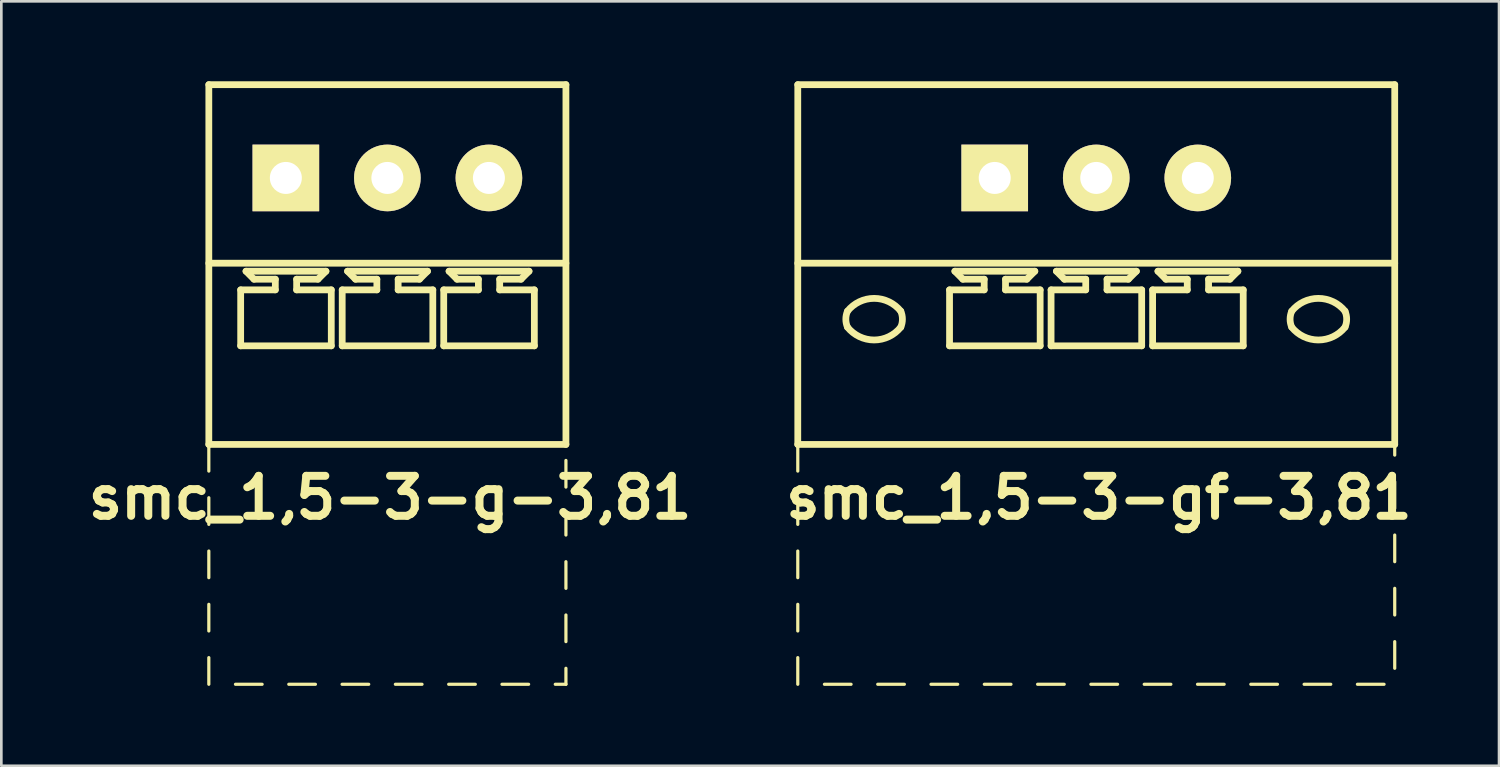
<source format=kicad_pcb>
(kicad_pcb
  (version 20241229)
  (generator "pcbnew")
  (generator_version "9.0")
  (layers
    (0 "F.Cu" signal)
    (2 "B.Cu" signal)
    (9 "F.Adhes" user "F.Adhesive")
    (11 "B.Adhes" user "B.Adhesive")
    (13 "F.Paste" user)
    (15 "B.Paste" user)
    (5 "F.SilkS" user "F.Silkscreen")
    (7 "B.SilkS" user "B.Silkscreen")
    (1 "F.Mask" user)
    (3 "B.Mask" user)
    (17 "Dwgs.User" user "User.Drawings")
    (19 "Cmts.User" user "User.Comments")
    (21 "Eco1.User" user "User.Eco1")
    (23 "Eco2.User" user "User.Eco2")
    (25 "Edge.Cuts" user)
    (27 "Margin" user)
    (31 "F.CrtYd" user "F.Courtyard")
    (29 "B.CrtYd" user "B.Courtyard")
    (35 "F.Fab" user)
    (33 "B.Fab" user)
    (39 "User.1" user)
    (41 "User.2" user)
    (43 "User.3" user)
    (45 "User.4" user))
  (footprint "smc_1,5-3-gf-3,81"
    (layer "F.Cu")
    (at 38.086 3.627)
    (property "Reference" "smc_1,5-3-gf-3,81" (at 0.1 12 0) (layer "F.SilkS") (effects (font (size 1.5 1.5) (thickness 0.3))))
    (attr through_hole)
    (fp_line (start -11.2 -3.5) (end -11.2 10) (stroke (width 0.254) (type solid)) (layer "F.SilkS"))
    (fp_line (start -11.2 -3.5) (end 11.2 -3.5) (stroke (width 0.254) (type solid)) (layer "F.SilkS"))
    (fp_line (start -11.2 3.2) (end 11.2 3.2) (stroke (width 0.254) (type solid)) (layer "F.SilkS"))
    (fp_line (start -11.2 10) (end -11.2 11) (stroke (width 0.12) (type solid)) (layer "F.SilkS"))
    (fp_line (start -11.2 10) (end 11.2 10) (stroke (width 0.254) (type solid)) (layer "F.SilkS"))
    (fp_line (start -11.2 12) (end -11.2 13) (stroke (width 0.12) (type solid)) (layer "F.SilkS"))
    (fp_line (start -11.2 14) (end -11.2 15) (stroke (width 0.12) (type solid)) (layer "F.SilkS"))
    (fp_line (start -11.2 16) (end -11.2 17) (stroke (width 0.12) (type solid)) (layer "F.SilkS"))
    (fp_line (start -11.2 18) (end -11.2 19) (stroke (width 0.12) (type solid)) (layer "F.SilkS"))
    (fp_line (start -10.2 19) (end -9.2 19) (stroke (width 0.12) (type solid)) (layer "F.SilkS"))
    (fp_line (start -8.2 19) (end -7.2 19) (stroke (width 0.12) (type solid)) (layer "F.SilkS"))
    (fp_line (start -6.2 19) (end -5.2 19) (stroke (width 0.12) (type solid)) (layer "F.SilkS"))
    (fp_line (start -5.505 4.2) (end -4.205 4.2) (stroke (width 0.254) (type solid)) (layer "F.SilkS"))
    (fp_line (start -5.505 6.3) (end -5.505 4.2) (stroke (width 0.254) (type solid)) (layer "F.SilkS"))
    (fp_line (start -5.305 3.5) (end -2.305 3.5) (stroke (width 0.254) (type solid)) (layer "F.SilkS"))
    (fp_line (start -5.005 3.8) (end -5.305 3.5) (stroke (width 0.254) (type solid)) (layer "F.SilkS"))
    (fp_line (start -4.205 3.8) (end -5.005 3.8) (stroke (width 0.254) (type solid)) (layer "F.SilkS"))
    (fp_line (start -4.205 4.2) (end -4.205 3.8) (stroke (width 0.254) (type solid)) (layer "F.SilkS"))
    (fp_line (start -4.2 19) (end -3.2 19) (stroke (width 0.12) (type solid)) (layer "F.SilkS"))
    (fp_line (start -3.405 3.8) (end -3.405 4.2) (stroke (width 0.254) (type solid)) (layer "F.SilkS"))
    (fp_line (start -3.405 4.2) (end -2.105 4.2) (stroke (width 0.254) (type solid)) (layer "F.SilkS"))
    (fp_line (start -2.605 3.8) (end -3.405 3.8) (stroke (width 0.254) (type solid)) (layer "F.SilkS"))
    (fp_line (start -2.605 3.8) (end -2.305 3.5) (stroke (width 0.254) (type solid)) (layer "F.SilkS"))
    (fp_line (start -2.2 19) (end -1.2 19) (stroke (width 0.12) (type solid)) (layer "F.SilkS"))
    (fp_line (start -2.105 4.2) (end -2.105 6.3) (stroke (width 0.254) (type solid)) (layer "F.SilkS"))
    (fp_line (start -2.105 6.3) (end -5.505 6.3) (stroke (width 0.254) (type solid)) (layer "F.SilkS"))
    (fp_line (start -1.695 4.2) (end -0.395 4.2) (stroke (width 0.254) (type solid)) (layer "F.SilkS"))
    (fp_line (start -1.695 6.3) (end -1.695 4.2) (stroke (width 0.254) (type solid)) (layer "F.SilkS"))
    (fp_line (start -1.495 3.5) (end 1.505 3.5) (stroke (width 0.254) (type solid)) (layer "F.SilkS"))
    (fp_line (start -1.195 3.8) (end -1.495 3.5) (stroke (width 0.254) (type solid)) (layer "F.SilkS"))
    (fp_line (start -0.395 3.8) (end -1.195 3.8) (stroke (width 0.254) (type solid)) (layer "F.SilkS"))
    (fp_line (start -0.395 4.2) (end -0.395 3.8) (stroke (width 0.254) (type solid)) (layer "F.SilkS"))
    (fp_line (start -0.2 19) (end 0.8 19) (stroke (width 0.12) (type solid)) (layer "F.SilkS"))
    (fp_line (start 0.405 3.8) (end 0.405 4.2) (stroke (width 0.254) (type solid)) (layer "F.SilkS"))
    (fp_line (start 0.405 4.2) (end 1.705 4.2) (stroke (width 0.254) (type solid)) (layer "F.SilkS"))
    (fp_line (start 1.205 3.8) (end 0.405 3.8) (stroke (width 0.254) (type solid)) (layer "F.SilkS"))
    (fp_line (start 1.205 3.8) (end 1.505 3.5) (stroke (width 0.254) (type solid)) (layer "F.SilkS"))
    (fp_line (start 1.705 4.2) (end 1.705 6.3) (stroke (width 0.254) (type solid)) (layer "F.SilkS"))
    (fp_line (start 1.705 6.3) (end -1.695 6.3) (stroke (width 0.254) (type solid)) (layer "F.SilkS"))
    (fp_line (start 1.8 19) (end 2.8 19) (stroke (width 0.12) (type solid)) (layer "F.SilkS"))
    (fp_line (start 2.115 4.2) (end 3.415 4.2) (stroke (width 0.254) (type solid)) (layer "F.SilkS"))
    (fp_line (start 2.115 6.3) (end 2.115 4.2) (stroke (width 0.254) (type solid)) (layer "F.SilkS"))
    (fp_line (start 2.315 3.5) (end 5.315 3.5) (stroke (width 0.254) (type solid)) (layer "F.SilkS"))
    (fp_line (start 2.615 3.8) (end 2.315 3.5) (stroke (width 0.254) (type solid)) (layer "F.SilkS"))
    (fp_line (start 3.415 3.8) (end 2.615 3.8) (stroke (width 0.254) (type solid)) (layer "F.SilkS"))
    (fp_line (start 3.415 4.2) (end 3.415 3.8) (stroke (width 0.254) (type solid)) (layer "F.SilkS"))
    (fp_line (start 3.8 19) (end 4.8 19) (stroke (width 0.12) (type solid)) (layer "F.SilkS"))
    (fp_line (start 4.215 3.8) (end 4.215 4.2) (stroke (width 0.254) (type solid)) (layer "F.SilkS"))
    (fp_line (start 4.215 4.2) (end 5.515 4.2) (stroke (width 0.254) (type solid)) (layer "F.SilkS"))
    (fp_line (start 5.015 3.8) (end 4.215 3.8) (stroke (width 0.254) (type solid)) (layer "F.SilkS"))
    (fp_line (start 5.015 3.8) (end 5.315 3.5) (stroke (width 0.254) (type solid)) (layer "F.SilkS"))
    (fp_line (start 5.515 4.2) (end 5.515 6.3) (stroke (width 0.254) (type solid)) (layer "F.SilkS"))
    (fp_line (start 5.515 6.3) (end 2.115 6.3) (stroke (width 0.254) (type solid)) (layer "F.SilkS"))
    (fp_line (start 5.8 19) (end 6.8 19) (stroke (width 0.12) (type solid)) (layer "F.SilkS"))
    (fp_line (start 7.8 19) (end 8.8 19) (stroke (width 0.12) (type solid)) (layer "F.SilkS"))
    (fp_line (start 9.8 19) (end 10.8 19) (stroke (width 0.12) (type solid)) (layer "F.SilkS"))
    (fp_line (start 11.2 -3.5) (end 11.2 10) (stroke (width 0.254) (type solid)) (layer "F.SilkS"))
    (fp_line (start 11.2 10) (end 11.2 10.4) (stroke (width 0.12) (type solid)) (layer "F.SilkS"))
    (fp_line (start 11.2 12.4) (end 11.2 11.4) (stroke (width 0.12) (type solid)) (layer "F.SilkS"))
    (fp_line (start 11.2 14.4) (end 11.2 13.4) (stroke (width 0.12) (type solid)) (layer "F.SilkS"))
    (fp_line (start 11.2 16.4) (end 11.2 15.4) (stroke (width 0.12) (type solid)) (layer "F.SilkS"))
    (fp_line (start 11.2 17.4) (end 11.2 18.4) (stroke (width 0.12) (type solid)) (layer "F.SilkS"))
    (fp_arc (start -9.335274 5.000342) (mid -8.335219 4.519375) (end -7.335 5) (stroke (width 0.254) (type solid)) (layer "F.SilkS"))
    (fp_arc (start -9.334985 5.600034) (mid -9.396577 5.300019) (end -9.335 5) (stroke (width 0.254) (type solid)) (layer "F.SilkS"))
    (fp_arc (start -7.335015 4.999966) (mid -7.273423 5.299981) (end -7.335 5.6) (stroke (width 0.254) (type solid)) (layer "F.SilkS"))
    (fp_arc (start -7.334726 5.599658) (mid -8.334781 6.080625) (end -9.335 5.6) (stroke (width 0.254) (type solid)) (layer "F.SilkS"))
    (fp_arc (start 7.334726 5.000342) (mid 8.334781 4.519375) (end 9.335 5) (stroke (width 0.254) (type solid)) (layer "F.SilkS"))
    (fp_arc (start 7.335015 5.600034) (mid 7.273423 5.300019) (end 7.335 5) (stroke (width 0.254) (type solid)) (layer "F.SilkS"))
    (fp_arc (start 9.334985 4.999966) (mid 9.396577 5.299981) (end 9.335 5.6) (stroke (width 0.254) (type solid)) (layer "F.SilkS"))
    (fp_arc (start 9.335274 5.599658) (mid 8.335219 6.080625) (end 7.335 5.6) (stroke (width 0.254) (type solid)) (layer "F.SilkS"))
    (pad "1" thru_hole rect (at -3.81 0) (size 2.5 2.5) (drill 1.2) (layers "*.Cu" "*.Mask" "F.SilkS"))
    (pad "2" thru_hole circle (at 0 0) (size 2.5 2.5) (drill 1.2) (layers "*.Cu" "*.Mask" "F.SilkS"))
    (pad "3" thru_hole circle (at 3.81 0) (size 2.5 2.5) (drill 1.2) (layers "*.Cu" "*.Mask" "F.SilkS")))
  (footprint "smc_1,5-3-g-3,81"
    (layer "F.Cu")
    (at 11.486 3.627)
    (property "Reference" "smc_1,5-3-g-3,81" (at 0.1 12 0) (layer "F.SilkS") (effects (font (size 1.5 1.5) (thickness 0.3))))
    (attr through_hole)
    (fp_line (start -6.7 -3.5) (end -6.7 10) (stroke (width 0.254) (type solid)) (layer "F.SilkS"))
    (fp_line (start -6.7 -3.5) (end 6.7 -3.5) (stroke (width 0.254) (type solid)) (layer "F.SilkS"))
    (fp_line (start -6.7 3.2) (end 6.7 3.2) (stroke (width 0.254) (type solid)) (layer "F.SilkS"))
    (fp_line (start -6.7 10) (end -6.7 11) (stroke (width 0.12) (type solid)) (layer "F.SilkS"))
    (fp_line (start -6.7 10) (end 6.7 10) (stroke (width 0.254) (type solid)) (layer "F.SilkS"))
    (fp_line (start -6.7 12) (end -6.7 13) (stroke (width 0.12) (type solid)) (layer "F.SilkS"))
    (fp_line (start -6.7 14) (end -6.7 15) (stroke (width 0.12) (type solid)) (layer "F.SilkS"))
    (fp_line (start -6.7 16) (end -6.7 17) (stroke (width 0.12) (type solid)) (layer "F.SilkS"))
    (fp_line (start -6.7 18) (end -6.7 19) (stroke (width 0.12) (type solid)) (layer "F.SilkS"))
    (fp_line (start -5.7 19) (end -4.7 19) (stroke (width 0.12) (type solid)) (layer "F.SilkS"))
    (fp_line (start -5.505 4.2) (end -4.205 4.2) (stroke (width 0.254) (type solid)) (layer "F.SilkS"))
    (fp_line (start -5.505 6.3) (end -5.505 4.2) (stroke (width 0.254) (type solid)) (layer "F.SilkS"))
    (fp_line (start -5.305 3.5) (end -2.305 3.5) (stroke (width 0.254) (type solid)) (layer "F.SilkS"))
    (fp_line (start -5.005 3.8) (end -5.305 3.5) (stroke (width 0.254) (type solid)) (layer "F.SilkS"))
    (fp_line (start -4.205 3.8) (end -5.005 3.8) (stroke (width 0.254) (type solid)) (layer "F.SilkS"))
    (fp_line (start -4.205 4.2) (end -4.205 3.8) (stroke (width 0.254) (type solid)) (layer "F.SilkS"))
    (fp_line (start -3.7 19) (end -2.7 19) (stroke (width 0.12) (type solid)) (layer "F.SilkS"))
    (fp_line (start -3.405 3.8) (end -3.405 4.2) (stroke (width 0.254) (type solid)) (layer "F.SilkS"))
    (fp_line (start -3.405 4.2) (end -2.105 4.2) (stroke (width 0.254) (type solid)) (layer "F.SilkS"))
    (fp_line (start -2.605 3.8) (end -3.405 3.8) (stroke (width 0.254) (type solid)) (layer "F.SilkS"))
    (fp_line (start -2.605 3.8) (end -2.305 3.5) (stroke (width 0.254) (type solid)) (layer "F.SilkS"))
    (fp_line (start -2.105 4.2) (end -2.105 6.3) (stroke (width 0.254) (type solid)) (layer "F.SilkS"))
    (fp_line (start -2.105 6.3) (end -5.505 6.3) (stroke (width 0.254) (type solid)) (layer "F.SilkS"))
    (fp_line (start -1.7 19) (end -0.7 19) (stroke (width 0.12) (type solid)) (layer "F.SilkS"))
    (fp_line (start -1.695 4.2) (end -0.395 4.2) (stroke (width 0.254) (type solid)) (layer "F.SilkS"))
    (fp_line (start -1.695 6.3) (end -1.695 4.2) (stroke (width 0.254) (type solid)) (layer "F.SilkS"))
    (fp_line (start -1.495 3.5) (end 1.505 3.5) (stroke (width 0.254) (type solid)) (layer "F.SilkS"))
    (fp_line (start -1.195 3.8) (end -1.495 3.5) (stroke (width 0.254) (type solid)) (layer "F.SilkS"))
    (fp_line (start -0.395 3.8) (end -1.195 3.8) (stroke (width 0.254) (type solid)) (layer "F.SilkS"))
    (fp_line (start -0.395 4.2) (end -0.395 3.8) (stroke (width 0.254) (type solid)) (layer "F.SilkS"))
    (fp_line (start 0.3 19) (end 1.3 19) (stroke (width 0.12) (type solid)) (layer "F.SilkS"))
    (fp_line (start 0.405 3.8) (end 0.405 4.2) (stroke (width 0.254) (type solid)) (layer "F.SilkS"))
    (fp_line (start 0.405 4.2) (end 1.705 4.2) (stroke (width 0.254) (type solid)) (layer "F.SilkS"))
    (fp_line (start 1.205 3.8) (end 0.405 3.8) (stroke (width 0.254) (type solid)) (layer "F.SilkS"))
    (fp_line (start 1.205 3.8) (end 1.505 3.5) (stroke (width 0.254) (type solid)) (layer "F.SilkS"))
    (fp_line (start 1.705 4.2) (end 1.705 6.3) (stroke (width 0.254) (type solid)) (layer "F.SilkS"))
    (fp_line (start 1.705 6.3) (end -1.695 6.3) (stroke (width 0.254) (type solid)) (layer "F.SilkS"))
    (fp_line (start 2.115 4.2) (end 3.415 4.2) (stroke (width 0.254) (type solid)) (layer "F.SilkS"))
    (fp_line (start 2.115 6.3) (end 2.115 4.2) (stroke (width 0.254) (type solid)) (layer "F.SilkS"))
    (fp_line (start 2.3 19) (end 3.3 19) (stroke (width 0.12) (type solid)) (layer "F.SilkS"))
    (fp_line (start 2.315 3.5) (end 5.315 3.5) (stroke (width 0.254) (type solid)) (layer "F.SilkS"))
    (fp_line (start 2.615 3.8) (end 2.315 3.5) (stroke (width 0.254) (type solid)) (layer "F.SilkS"))
    (fp_line (start 3.415 3.8) (end 2.615 3.8) (stroke (width 0.254) (type solid)) (layer "F.SilkS"))
    (fp_line (start 3.415 4.2) (end 3.415 3.8) (stroke (width 0.254) (type solid)) (layer "F.SilkS"))
    (fp_line (start 4.215 3.8) (end 4.215 4.2) (stroke (width 0.254) (type solid)) (layer "F.SilkS"))
    (fp_line (start 4.215 4.2) (end 5.515 4.2) (stroke (width 0.254) (type solid)) (layer "F.SilkS"))
    (fp_line (start 4.3 19) (end 5.3 19) (stroke (width 0.12) (type solid)) (layer "F.SilkS"))
    (fp_line (start 5.015 3.8) (end 4.215 3.8) (stroke (width 0.254) (type solid)) (layer "F.SilkS"))
    (fp_line (start 5.015 3.8) (end 5.315 3.5) (stroke (width 0.254) (type solid)) (layer "F.SilkS"))
    (fp_line (start 5.515 4.2) (end 5.515 6.3) (stroke (width 0.254) (type solid)) (layer "F.SilkS"))
    (fp_line (start 5.515 6.3) (end 2.115 6.3) (stroke (width 0.254) (type solid)) (layer "F.SilkS"))
    (fp_line (start 6.3 19) (end 6.7 19) (stroke (width 0.12) (type solid)) (layer "F.SilkS"))
    (fp_line (start 6.7 -3.5) (end 6.7 10) (stroke (width 0.254) (type solid)) (layer "F.SilkS"))
    (fp_line (start 6.7 10.6) (end 6.7 11.6) (stroke (width 0.12) (type solid)) (layer "F.SilkS"))
    (fp_line (start 6.7 13.4) (end 6.7 12.6) (stroke (width 0.12) (type solid)) (layer "F.SilkS"))
    (fp_line (start 6.7 15.4) (end 6.7 14.4) (stroke (width 0.12) (type solid)) (layer "F.SilkS"))
    (fp_line (start 6.7 16.4) (end 6.7 17.4) (stroke (width 0.12) (type solid)) (layer "F.SilkS"))
    (fp_line (start 6.7 18.4) (end 6.7 19) (stroke (width 0.12) (type solid)) (layer "F.SilkS"))
    (pad "1" thru_hole rect (at -3.81 0) (size 2.5 2.5) (drill 1.2) (layers "*.Cu" "*.Mask" "F.SilkS"))
    (pad "2" thru_hole circle (at 0 0) (size 2.5 2.5) (drill 1.2) (layers "*.Cu" "*.Mask" "F.SilkS"))
    (pad "3" thru_hole circle (at 3.81 0) (size 2.5 2.5) (drill 1.2) (layers "*.Cu" "*.Mask" "F.SilkS")))
  (gr_rect
    (start -3 -3)
    (end 53.2 25.687)
    (stroke (width 0.1) (type default))
    (fill no)
    (layer "Edge.Cuts")))
</source>
